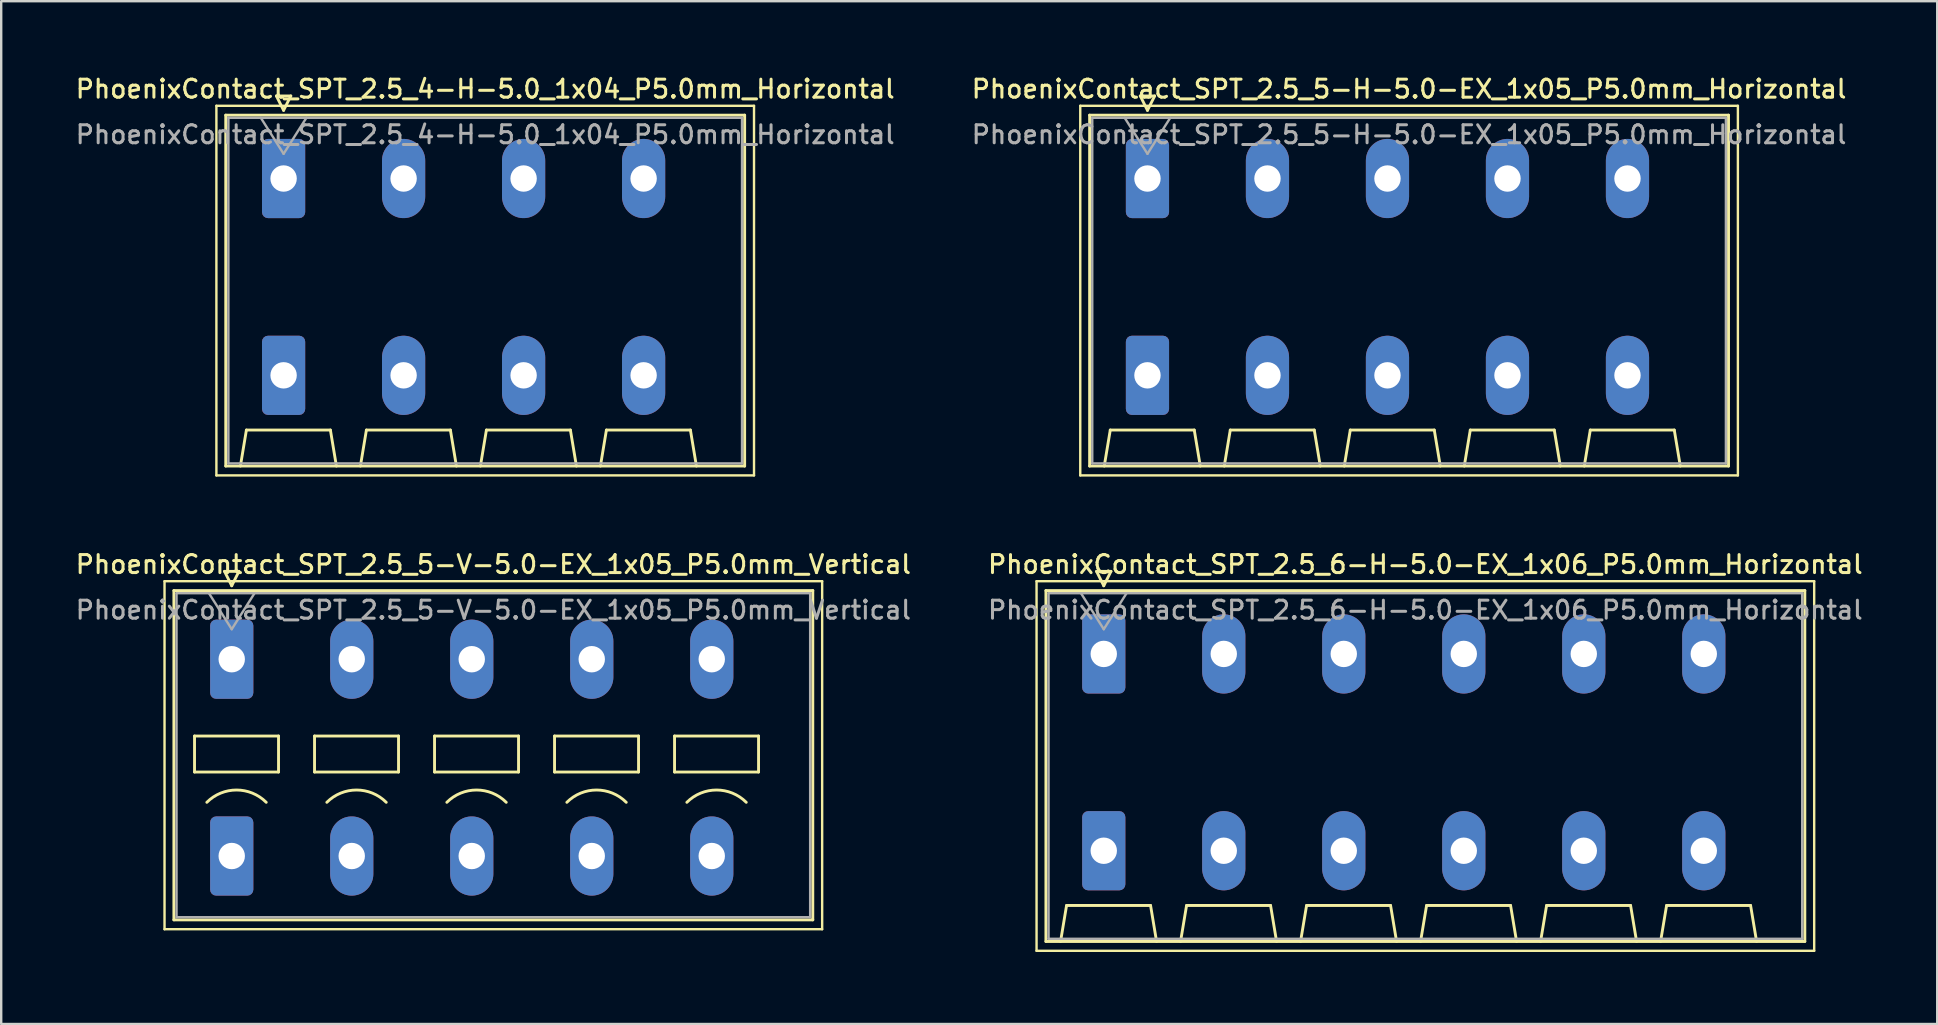
<source format=kicad_pcb>
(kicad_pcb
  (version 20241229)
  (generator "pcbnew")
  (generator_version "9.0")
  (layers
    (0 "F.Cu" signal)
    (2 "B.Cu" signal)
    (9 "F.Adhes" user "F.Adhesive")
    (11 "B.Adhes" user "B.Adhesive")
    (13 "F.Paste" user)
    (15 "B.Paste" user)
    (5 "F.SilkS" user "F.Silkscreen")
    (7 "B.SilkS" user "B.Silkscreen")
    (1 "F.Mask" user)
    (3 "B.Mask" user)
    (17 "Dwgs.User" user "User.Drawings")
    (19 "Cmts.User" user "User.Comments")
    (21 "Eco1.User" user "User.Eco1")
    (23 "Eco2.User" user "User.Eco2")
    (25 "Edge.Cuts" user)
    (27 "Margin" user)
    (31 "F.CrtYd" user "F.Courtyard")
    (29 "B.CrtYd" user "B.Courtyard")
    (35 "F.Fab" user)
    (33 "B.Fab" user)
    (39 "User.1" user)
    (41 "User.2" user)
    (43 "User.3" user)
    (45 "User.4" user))
  (footprint "PhoenixContact_SPT_2.5_5-H-5.0-EX_1x05_P5.0mm_Horizontal"
    (layer "F.Cu")
    (at 44.759 4.388)
    (property "Reference" "PhoenixContact_SPT_2.5_5-H-5.0-EX_1x05_P5.0mm_Horizontal" (at 10.9 -3.73 0) (layer "F.SilkS") (effects (font (size 0.75 0.75) (thickness 0.125))))
    (attr through_hole)
    (fp_line (start -2.8 -3.03) (end -2.8 12.37) (stroke (width 0.1) (type solid)) (layer "F.SilkS"))
    (fp_line (start -2.8 12.37) (end 24.6 12.37) (stroke (width 0.1) (type solid)) (layer "F.SilkS"))
    (fp_line (start -2.41 -2.64) (end 24.21 -2.64) (stroke (width 0.12) (type solid)) (layer "F.SilkS"))
    (fp_line (start -2.41 11.98) (end -2.41 -2.64) (stroke (width 0.12) (type solid)) (layer "F.SilkS"))
    (fp_line (start -1.8 11.98) (end -1.55 10.48) (stroke (width 0.12) (type solid)) (layer "F.SilkS"))
    (fp_line (start -1.55 10.48) (end 1.95 10.48) (stroke (width 0.12) (type solid)) (layer "F.SilkS"))
    (fp_line (start -0.3 -3.44) (end 0 -2.84) (stroke (width 0.12) (type solid)) (layer "F.SilkS"))
    (fp_line (start -0.3 -3.44) (end 0.3 -3.44) (stroke (width 0.12) (type solid)) (layer "F.SilkS"))
    (fp_line (start 0.3 -3.44) (end 0 -2.84) (stroke (width 0.12) (type solid)) (layer "F.SilkS"))
    (fp_line (start 2.2 11.98) (end 1.95 10.48) (stroke (width 0.12) (type solid)) (layer "F.SilkS"))
    (fp_line (start 3.2 11.98) (end 3.45 10.48) (stroke (width 0.12) (type solid)) (layer "F.SilkS"))
    (fp_line (start 3.45 10.48) (end 6.95 10.48) (stroke (width 0.12) (type solid)) (layer "F.SilkS"))
    (fp_line (start 7.2 11.98) (end 6.95 10.48) (stroke (width 0.12) (type solid)) (layer "F.SilkS"))
    (fp_line (start 8.2 11.98) (end 8.45 10.48) (stroke (width 0.12) (type solid)) (layer "F.SilkS"))
    (fp_line (start 8.45 10.48) (end 11.95 10.48) (stroke (width 0.12) (type solid)) (layer "F.SilkS"))
    (fp_line (start 12.2 11.98) (end 11.95 10.48) (stroke (width 0.12) (type solid)) (layer "F.SilkS"))
    (fp_line (start 13.2 11.98) (end 13.45 10.48) (stroke (width 0.12) (type solid)) (layer "F.SilkS"))
    (fp_line (start 13.45 10.48) (end 16.95 10.48) (stroke (width 0.12) (type solid)) (layer "F.SilkS"))
    (fp_line (start 17.2 11.98) (end 16.95 10.48) (stroke (width 0.12) (type solid)) (layer "F.SilkS"))
    (fp_line (start 18.2 11.98) (end 18.45 10.48) (stroke (width 0.12) (type solid)) (layer "F.SilkS"))
    (fp_line (start 18.45 10.48) (end 21.95 10.48) (stroke (width 0.12) (type solid)) (layer "F.SilkS"))
    (fp_line (start 22.2 11.98) (end 21.95 10.48) (stroke (width 0.12) (type solid)) (layer "F.SilkS"))
    (fp_line (start 24.21 -2.64) (end 24.21 11.98) (stroke (width 0.12) (type solid)) (layer "F.SilkS"))
    (fp_line (start 24.21 11.98) (end -2.41 11.98) (stroke (width 0.12) (type solid)) (layer "F.SilkS"))
    (fp_line (start 24.6 -3.03) (end -2.8 -3.03) (stroke (width 0.1) (type solid)) (layer "F.SilkS"))
    (fp_line (start 24.6 12.37) (end 24.6 -3.03) (stroke (width 0.1) (type solid)) (layer "F.SilkS"))
    (fp_line (start -2.3 -2.53) (end -2.3 11.87) (stroke (width 0.1) (type solid)) (layer "F.Fab"))
    (fp_line (start -2.3 11.87) (end 24.1 11.87) (stroke (width 0.1) (type solid)) (layer "F.Fab"))
    (fp_line (start -0.95 -2.53) (end 0 -1.03) (stroke (width 0.1) (type solid)) (layer "F.Fab"))
    (fp_line (start 0.95 -2.53) (end 0 -1.03) (stroke (width 0.1) (type solid)) (layer "F.Fab"))
    (fp_line (start 24.1 -2.53) (end -2.3 -2.53) (stroke (width 0.1) (type solid)) (layer "F.Fab"))
    (fp_line (start 24.1 11.87) (end 24.1 -2.53) (stroke (width 0.1) (type solid)) (layer "F.Fab"))
    (fp_text user "${REFERENCE}" (at 10.9 -1.83 0) (layer "F.Fab") (effects (font (size 0.75 0.75) (thickness 0.125))))
    (pad "1" thru_hole roundrect (at 0 0) (size 1.8 3.3) (drill 1.1) (layers "*.Cu" "*.Mask") (roundrect_rratio 0.139))
    (pad "1" thru_hole roundrect (at 0 8.2) (size 1.8 3.3) (drill 1.1) (layers "*.Cu" "*.Mask") (roundrect_rratio 0.139))
    (pad "2" thru_hole oval (at 5 0) (size 1.8 3.3) (drill 1.1) (layers "*.Cu" "*.Mask"))
    (pad "2" thru_hole oval (at 5 8.2) (size 1.8 3.3) (drill 1.1) (layers "*.Cu" "*.Mask"))
    (pad "3" thru_hole oval (at 10 0) (size 1.8 3.3) (drill 1.1) (layers "*.Cu" "*.Mask"))
    (pad "3" thru_hole oval (at 10 8.2) (size 1.8 3.3) (drill 1.1) (layers "*.Cu" "*.Mask"))
    (pad "4" thru_hole oval (at 15 0) (size 1.8 3.3) (drill 1.1) (layers "*.Cu" "*.Mask"))
    (pad "4" thru_hole oval (at 15 8.2) (size 1.8 3.3) (drill 1.1) (layers "*.Cu" "*.Mask"))
    (pad "5" thru_hole oval (at 20 0) (size 1.8 3.3) (drill 1.1) (layers "*.Cu" "*.Mask"))
    (pad "5" thru_hole oval (at 20 8.2) (size 1.8 3.3) (drill 1.1) (layers "*.Cu" "*.Mask")))
  (footprint "PhoenixContact_SPT_2.5_5-V-5.0-EX_1x05_P5.0mm_Vertical"
    (layer "F.Cu")
    (at 6.605 24.416)
    (property "Reference" "PhoenixContact_SPT_2.5_5-V-5.0-EX_1x05_P5.0mm_Vertical" (at 10.9 -3.95 0) (layer "F.SilkS") (effects (font (size 0.75 0.75) (thickness 0.125))))
    (attr through_hole)
    (fp_line (start -2.8 -3.25) (end -2.8 11.25) (stroke (width 0.1) (type solid)) (layer "F.SilkS"))
    (fp_line (start -2.8 11.25) (end 24.6 11.25) (stroke (width 0.1) (type solid)) (layer "F.SilkS"))
    (fp_line (start -2.41 -2.86) (end 24.21 -2.86) (stroke (width 0.12) (type solid)) (layer "F.SilkS"))
    (fp_line (start -2.41 10.86) (end -2.41 -2.86) (stroke (width 0.12) (type solid)) (layer "F.SilkS"))
    (fp_line (start -1.55 3.2) (end -1.55 4.7) (stroke (width 0.12) (type solid)) (layer "F.SilkS"))
    (fp_line (start -1.55 4.7) (end 1.95 4.7) (stroke (width 0.12) (type solid)) (layer "F.SilkS"))
    (fp_line (start -0.3 -3.66) (end 0 -3.06) (stroke (width 0.12) (type solid)) (layer "F.SilkS"))
    (fp_line (start -0.3 -3.66) (end 0.3 -3.66) (stroke (width 0.12) (type solid)) (layer "F.SilkS"))
    (fp_line (start 0.3 -3.66) (end 0 -3.06) (stroke (width 0.12) (type solid)) (layer "F.SilkS"))
    (fp_line (start 1.95 3.2) (end -1.55 3.2) (stroke (width 0.12) (type solid)) (layer "F.SilkS"))
    (fp_line (start 1.95 4.7) (end 1.95 3.2) (stroke (width 0.12) (type solid)) (layer "F.SilkS"))
    (fp_line (start 3.45 3.2) (end 3.45 4.7) (stroke (width 0.12) (type solid)) (layer "F.SilkS"))
    (fp_line (start 3.45 4.7) (end 6.95 4.7) (stroke (width 0.12) (type solid)) (layer "F.SilkS"))
    (fp_line (start 6.95 3.2) (end 3.45 3.2) (stroke (width 0.12) (type solid)) (layer "F.SilkS"))
    (fp_line (start 6.95 4.7) (end 6.95 3.2) (stroke (width 0.12) (type solid)) (layer "F.SilkS"))
    (fp_line (start 8.45 3.2) (end 8.45 4.7) (stroke (width 0.12) (type solid)) (layer "F.SilkS"))
    (fp_line (start 8.45 4.7) (end 11.95 4.7) (stroke (width 0.12) (type solid)) (layer "F.SilkS"))
    (fp_line (start 11.95 3.2) (end 8.45 3.2) (stroke (width 0.12) (type solid)) (layer "F.SilkS"))
    (fp_line (start 11.95 4.7) (end 11.95 3.2) (stroke (width 0.12) (type solid)) (layer "F.SilkS"))
    (fp_line (start 13.45 3.2) (end 13.45 4.7) (stroke (width 0.12) (type solid)) (layer "F.SilkS"))
    (fp_line (start 13.45 4.7) (end 16.95 4.7) (stroke (width 0.12) (type solid)) (layer "F.SilkS"))
    (fp_line (start 16.95 3.2) (end 13.45 3.2) (stroke (width 0.12) (type solid)) (layer "F.SilkS"))
    (fp_line (start 16.95 4.7) (end 16.95 3.2) (stroke (width 0.12) (type solid)) (layer "F.SilkS"))
    (fp_line (start 18.45 3.2) (end 18.45 4.7) (stroke (width 0.12) (type solid)) (layer "F.SilkS"))
    (fp_line (start 18.45 4.7) (end 21.95 4.7) (stroke (width 0.12) (type solid)) (layer "F.SilkS"))
    (fp_line (start 21.95 3.2) (end 18.45 3.2) (stroke (width 0.12) (type solid)) (layer "F.SilkS"))
    (fp_line (start 21.95 4.7) (end 21.95 3.2) (stroke (width 0.12) (type solid)) (layer "F.SilkS"))
    (fp_line (start 24.21 -2.86) (end 24.21 10.86) (stroke (width 0.12) (type solid)) (layer "F.SilkS"))
    (fp_line (start 24.21 10.86) (end -2.41 10.86) (stroke (width 0.12) (type solid)) (layer "F.SilkS"))
    (fp_line (start 24.6 -3.25) (end -2.8 -3.25) (stroke (width 0.1) (type solid)) (layer "F.SilkS"))
    (fp_line (start 24.6 11.25) (end 24.6 -3.25) (stroke (width 0.1) (type solid)) (layer "F.SilkS"))
    (fp_arc (start -1.037437 5.962563) (mid 0.2 5.45) (end 1.437437 5.962563) (stroke (width 0.12) (type solid)) (layer "F.SilkS"))
    (fp_arc (start 3.962563 5.962563) (mid 5.2 5.45) (end 6.437437 5.962563) (stroke (width 0.12) (type solid)) (layer "F.SilkS"))
    (fp_arc (start 8.962563 5.962563) (mid 10.2 5.45) (end 11.437437 5.962563) (stroke (width 0.12) (type solid)) (layer "F.SilkS"))
    (fp_arc (start 13.962563 5.962563) (mid 15.2 5.45) (end 16.437437 5.962563) (stroke (width 0.12) (type solid)) (layer "F.SilkS"))
    (fp_arc (start 18.962563 5.962563) (mid 20.2 5.45) (end 21.437437 5.962563) (stroke (width 0.12) (type solid)) (layer "F.SilkS"))
    (fp_line (start -2.3 -2.75) (end -2.3 10.75) (stroke (width 0.1) (type solid)) (layer "F.Fab"))
    (fp_line (start -2.3 10.75) (end 24.1 10.75) (stroke (width 0.1) (type solid)) (layer "F.Fab"))
    (fp_line (start -0.95 -2.75) (end 0 -1.25) (stroke (width 0.1) (type solid)) (layer "F.Fab"))
    (fp_line (start 0.95 -2.75) (end 0 -1.25) (stroke (width 0.1) (type solid)) (layer "F.Fab"))
    (fp_line (start 24.1 -2.75) (end -2.3 -2.75) (stroke (width 0.1) (type solid)) (layer "F.Fab"))
    (fp_line (start 24.1 10.75) (end 24.1 -2.75) (stroke (width 0.1) (type solid)) (layer "F.Fab"))
    (fp_text user "${REFERENCE}" (at 10.9 -2.05 0) (layer "F.Fab") (effects (font (size 0.75 0.75) (thickness 0.125))))
    (pad "1" thru_hole roundrect (at 0 0) (size 1.8 3.3) (drill 1.1) (layers "*.Cu" "*.Mask") (roundrect_rratio 0.139))
    (pad "1" thru_hole roundrect (at 0 8.2) (size 1.8 3.3) (drill 1.1) (layers "*.Cu" "*.Mask") (roundrect_rratio 0.139))
    (pad "2" thru_hole oval (at 5 0) (size 1.8 3.3) (drill 1.1) (layers "*.Cu" "*.Mask"))
    (pad "2" thru_hole oval (at 5 8.2) (size 1.8 3.3) (drill 1.1) (layers "*.Cu" "*.Mask"))
    (pad "3" thru_hole oval (at 10 0) (size 1.8 3.3) (drill 1.1) (layers "*.Cu" "*.Mask"))
    (pad "3" thru_hole oval (at 10 8.2) (size 1.8 3.3) (drill 1.1) (layers "*.Cu" "*.Mask"))
    (pad "4" thru_hole oval (at 15 0) (size 1.8 3.3) (drill 1.1) (layers "*.Cu" "*.Mask"))
    (pad "4" thru_hole oval (at 15 8.2) (size 1.8 3.3) (drill 1.1) (layers "*.Cu" "*.Mask"))
    (pad "5" thru_hole oval (at 20 0) (size 1.8 3.3) (drill 1.1) (layers "*.Cu" "*.Mask"))
    (pad "5" thru_hole oval (at 20 8.2) (size 1.8 3.3) (drill 1.1) (layers "*.Cu" "*.Mask")))
  (footprint "PhoenixContact_SPT_2.5_6-H-5.0-EX_1x06_P5.0mm_Horizontal"
    (layer "F.Cu")
    (at 42.938 24.196)
    (property "Reference" "PhoenixContact_SPT_2.5_6-H-5.0-EX_1x06_P5.0mm_Horizontal" (at 13.4 -3.73 0) (layer "F.SilkS") (effects (font (size 0.75 0.75) (thickness 0.125))))
    (attr through_hole)
    (fp_line (start -2.8 -3.03) (end -2.8 12.37) (stroke (width 0.1) (type solid)) (layer "F.SilkS"))
    (fp_line (start -2.8 12.37) (end 29.6 12.37) (stroke (width 0.1) (type solid)) (layer "F.SilkS"))
    (fp_line (start -2.41 -2.64) (end 29.21 -2.64) (stroke (width 0.12) (type solid)) (layer "F.SilkS"))
    (fp_line (start -2.41 11.98) (end -2.41 -2.64) (stroke (width 0.12) (type solid)) (layer "F.SilkS"))
    (fp_line (start -1.8 11.98) (end -1.55 10.48) (stroke (width 0.12) (type solid)) (layer "F.SilkS"))
    (fp_line (start -1.55 10.48) (end 1.95 10.48) (stroke (width 0.12) (type solid)) (layer "F.SilkS"))
    (fp_line (start -0.3 -3.44) (end 0 -2.84) (stroke (width 0.12) (type solid)) (layer "F.SilkS"))
    (fp_line (start -0.3 -3.44) (end 0.3 -3.44) (stroke (width 0.12) (type solid)) (layer "F.SilkS"))
    (fp_line (start 0.3 -3.44) (end 0 -2.84) (stroke (width 0.12) (type solid)) (layer "F.SilkS"))
    (fp_line (start 2.2 11.98) (end 1.95 10.48) (stroke (width 0.12) (type solid)) (layer "F.SilkS"))
    (fp_line (start 3.2 11.98) (end 3.45 10.48) (stroke (width 0.12) (type solid)) (layer "F.SilkS"))
    (fp_line (start 3.45 10.48) (end 6.95 10.48) (stroke (width 0.12) (type solid)) (layer "F.SilkS"))
    (fp_line (start 7.2 11.98) (end 6.95 10.48) (stroke (width 0.12) (type solid)) (layer "F.SilkS"))
    (fp_line (start 8.2 11.98) (end 8.45 10.48) (stroke (width 0.12) (type solid)) (layer "F.SilkS"))
    (fp_line (start 8.45 10.48) (end 11.95 10.48) (stroke (width 0.12) (type solid)) (layer "F.SilkS"))
    (fp_line (start 12.2 11.98) (end 11.95 10.48) (stroke (width 0.12) (type solid)) (layer "F.SilkS"))
    (fp_line (start 13.2 11.98) (end 13.45 10.48) (stroke (width 0.12) (type solid)) (layer "F.SilkS"))
    (fp_line (start 13.45 10.48) (end 16.95 10.48) (stroke (width 0.12) (type solid)) (layer "F.SilkS"))
    (fp_line (start 17.2 11.98) (end 16.95 10.48) (stroke (width 0.12) (type solid)) (layer "F.SilkS"))
    (fp_line (start 18.2 11.98) (end 18.45 10.48) (stroke (width 0.12) (type solid)) (layer "F.SilkS"))
    (fp_line (start 18.45 10.48) (end 21.95 10.48) (stroke (width 0.12) (type solid)) (layer "F.SilkS"))
    (fp_line (start 22.2 11.98) (end 21.95 10.48) (stroke (width 0.12) (type solid)) (layer "F.SilkS"))
    (fp_line (start 23.2 11.98) (end 23.45 10.48) (stroke (width 0.12) (type solid)) (layer "F.SilkS"))
    (fp_line (start 23.45 10.48) (end 26.95 10.48) (stroke (width 0.12) (type solid)) (layer "F.SilkS"))
    (fp_line (start 27.2 11.98) (end 26.95 10.48) (stroke (width 0.12) (type solid)) (layer "F.SilkS"))
    (fp_line (start 29.21 -2.64) (end 29.21 11.98) (stroke (width 0.12) (type solid)) (layer "F.SilkS"))
    (fp_line (start 29.21 11.98) (end -2.41 11.98) (stroke (width 0.12) (type solid)) (layer "F.SilkS"))
    (fp_line (start 29.6 -3.03) (end -2.8 -3.03) (stroke (width 0.1) (type solid)) (layer "F.SilkS"))
    (fp_line (start 29.6 12.37) (end 29.6 -3.03) (stroke (width 0.1) (type solid)) (layer "F.SilkS"))
    (fp_line (start -2.3 -2.53) (end -2.3 11.87) (stroke (width 0.1) (type solid)) (layer "F.Fab"))
    (fp_line (start -2.3 11.87) (end 29.1 11.87) (stroke (width 0.1) (type solid)) (layer "F.Fab"))
    (fp_line (start -0.95 -2.53) (end 0 -1.03) (stroke (width 0.1) (type solid)) (layer "F.Fab"))
    (fp_line (start 0.95 -2.53) (end 0 -1.03) (stroke (width 0.1) (type solid)) (layer "F.Fab"))
    (fp_line (start 29.1 -2.53) (end -2.3 -2.53) (stroke (width 0.1) (type solid)) (layer "F.Fab"))
    (fp_line (start 29.1 11.87) (end 29.1 -2.53) (stroke (width 0.1) (type solid)) (layer "F.Fab"))
    (fp_text user "${REFERENCE}" (at 13.4 -1.83 0) (layer "F.Fab") (effects (font (size 0.75 0.75) (thickness 0.125))))
    (pad "1" thru_hole roundrect (at 0 0) (size 1.8 3.3) (drill 1.1) (layers "*.Cu" "*.Mask") (roundrect_rratio 0.139))
    (pad "1" thru_hole roundrect (at 0 8.2) (size 1.8 3.3) (drill 1.1) (layers "*.Cu" "*.Mask") (roundrect_rratio 0.139))
    (pad "2" thru_hole oval (at 5 0) (size 1.8 3.3) (drill 1.1) (layers "*.Cu" "*.Mask"))
    (pad "2" thru_hole oval (at 5 8.2) (size 1.8 3.3) (drill 1.1) (layers "*.Cu" "*.Mask"))
    (pad "3" thru_hole oval (at 10 0) (size 1.8 3.3) (drill 1.1) (layers "*.Cu" "*.Mask"))
    (pad "3" thru_hole oval (at 10 8.2) (size 1.8 3.3) (drill 1.1) (layers "*.Cu" "*.Mask"))
    (pad "4" thru_hole oval (at 15 0) (size 1.8 3.3) (drill 1.1) (layers "*.Cu" "*.Mask"))
    (pad "4" thru_hole oval (at 15 8.2) (size 1.8 3.3) (drill 1.1) (layers "*.Cu" "*.Mask"))
    (pad "5" thru_hole oval (at 20 0) (size 1.8 3.3) (drill 1.1) (layers "*.Cu" "*.Mask"))
    (pad "5" thru_hole oval (at 20 8.2) (size 1.8 3.3) (drill 1.1) (layers "*.Cu" "*.Mask"))
    (pad "6" thru_hole oval (at 25 0) (size 1.8 3.3) (drill 1.1) (layers "*.Cu" "*.Mask"))
    (pad "6" thru_hole oval (at 25 8.2) (size 1.8 3.3) (drill 1.1) (layers "*.Cu" "*.Mask")))
  (footprint "PhoenixContact_SPT_2.5_4-H-5.0_1x04_P5.0mm_Horizontal"
    (layer "F.Cu")
    (at 8.766 4.388)
    (property "Reference" "PhoenixContact_SPT_2.5_4-H-5.0_1x04_P5.0mm_Horizontal" (at 8.4 -3.73 0) (layer "F.SilkS") (effects (font (size 0.75 0.75) (thickness 0.125))))
    (attr through_hole)
    (fp_line (start -2.8 -3.03) (end -2.8 12.37) (stroke (width 0.1) (type solid)) (layer "F.SilkS"))
    (fp_line (start -2.8 12.37) (end 19.6 12.37) (stroke (width 0.1) (type solid)) (layer "F.SilkS"))
    (fp_line (start -2.41 -2.64) (end 19.21 -2.64) (stroke (width 0.12) (type solid)) (layer "F.SilkS"))
    (fp_line (start -2.41 11.98) (end -2.41 -2.64) (stroke (width 0.12) (type solid)) (layer "F.SilkS"))
    (fp_line (start -1.8 11.98) (end -1.55 10.48) (stroke (width 0.12) (type solid)) (layer "F.SilkS"))
    (fp_line (start -1.55 10.48) (end 1.95 10.48) (stroke (width 0.12) (type solid)) (layer "F.SilkS"))
    (fp_line (start -0.3 -3.44) (end 0 -2.84) (stroke (width 0.12) (type solid)) (layer "F.SilkS"))
    (fp_line (start -0.3 -3.44) (end 0.3 -3.44) (stroke (width 0.12) (type solid)) (layer "F.SilkS"))
    (fp_line (start 0.3 -3.44) (end 0 -2.84) (stroke (width 0.12) (type solid)) (layer "F.SilkS"))
    (fp_line (start 2.2 11.98) (end 1.95 10.48) (stroke (width 0.12) (type solid)) (layer "F.SilkS"))
    (fp_line (start 3.2 11.98) (end 3.45 10.48) (stroke (width 0.12) (type solid)) (layer "F.SilkS"))
    (fp_line (start 3.45 10.48) (end 6.95 10.48) (stroke (width 0.12) (type solid)) (layer "F.SilkS"))
    (fp_line (start 7.2 11.98) (end 6.95 10.48) (stroke (width 0.12) (type solid)) (layer "F.SilkS"))
    (fp_line (start 8.2 11.98) (end 8.45 10.48) (stroke (width 0.12) (type solid)) (layer "F.SilkS"))
    (fp_line (start 8.45 10.48) (end 11.95 10.48) (stroke (width 0.12) (type solid)) (layer "F.SilkS"))
    (fp_line (start 12.2 11.98) (end 11.95 10.48) (stroke (width 0.12) (type solid)) (layer "F.SilkS"))
    (fp_line (start 13.2 11.98) (end 13.45 10.48) (stroke (width 0.12) (type solid)) (layer "F.SilkS"))
    (fp_line (start 13.45 10.48) (end 16.95 10.48) (stroke (width 0.12) (type solid)) (layer "F.SilkS"))
    (fp_line (start 17.2 11.98) (end 16.95 10.48) (stroke (width 0.12) (type solid)) (layer "F.SilkS"))
    (fp_line (start 19.21 -2.64) (end 19.21 11.98) (stroke (width 0.12) (type solid)) (layer "F.SilkS"))
    (fp_line (start 19.21 11.98) (end -2.41 11.98) (stroke (width 0.12) (type solid)) (layer "F.SilkS"))
    (fp_line (start 19.6 -3.03) (end -2.8 -3.03) (stroke (width 0.1) (type solid)) (layer "F.SilkS"))
    (fp_line (start 19.6 12.37) (end 19.6 -3.03) (stroke (width 0.1) (type solid)) (layer "F.SilkS"))
    (fp_line (start -2.3 -2.53) (end -2.3 11.87) (stroke (width 0.1) (type solid)) (layer "F.Fab"))
    (fp_line (start -2.3 11.87) (end 19.1 11.87) (stroke (width 0.1) (type solid)) (layer "F.Fab"))
    (fp_line (start -0.95 -2.53) (end 0 -1.03) (stroke (width 0.1) (type solid)) (layer "F.Fab"))
    (fp_line (start 0.95 -2.53) (end 0 -1.03) (stroke (width 0.1) (type solid)) (layer "F.Fab"))
    (fp_line (start 19.1 -2.53) (end -2.3 -2.53) (stroke (width 0.1) (type solid)) (layer "F.Fab"))
    (fp_line (start 19.1 11.87) (end 19.1 -2.53) (stroke (width 0.1) (type solid)) (layer "F.Fab"))
    (fp_text user "${REFERENCE}" (at 8.4 -1.83 0) (layer "F.Fab") (effects (font (size 0.75 0.75) (thickness 0.125))))
    (pad "1" thru_hole roundrect (at 0 0) (size 1.8 3.3) (drill 1.1) (layers "*.Cu" "*.Mask") (roundrect_rratio 0.139))
    (pad "1" thru_hole roundrect (at 0 8.2) (size 1.8 3.3) (drill 1.1) (layers "*.Cu" "*.Mask") (roundrect_rratio 0.139))
    (pad "2" thru_hole oval (at 5 0) (size 1.8 3.3) (drill 1.1) (layers "*.Cu" "*.Mask"))
    (pad "2" thru_hole oval (at 5 8.2) (size 1.8 3.3) (drill 1.1) (layers "*.Cu" "*.Mask"))
    (pad "3" thru_hole oval (at 10 0) (size 1.8 3.3) (drill 1.1) (layers "*.Cu" "*.Mask"))
    (pad "3" thru_hole oval (at 10 8.2) (size 1.8 3.3) (drill 1.1) (layers "*.Cu" "*.Mask"))
    (pad "4" thru_hole oval (at 15 0) (size 1.8 3.3) (drill 1.1) (layers "*.Cu" "*.Mask"))
    (pad "4" thru_hole oval (at 15 8.2) (size 1.8 3.3) (drill 1.1) (layers "*.Cu" "*.Mask")))
  (gr_rect
    (start -3 -3)
    (end 77.664 39.616)
    (stroke (width 0.1) (type default))
    (fill no)
    (layer "Edge.Cuts")))
</source>
